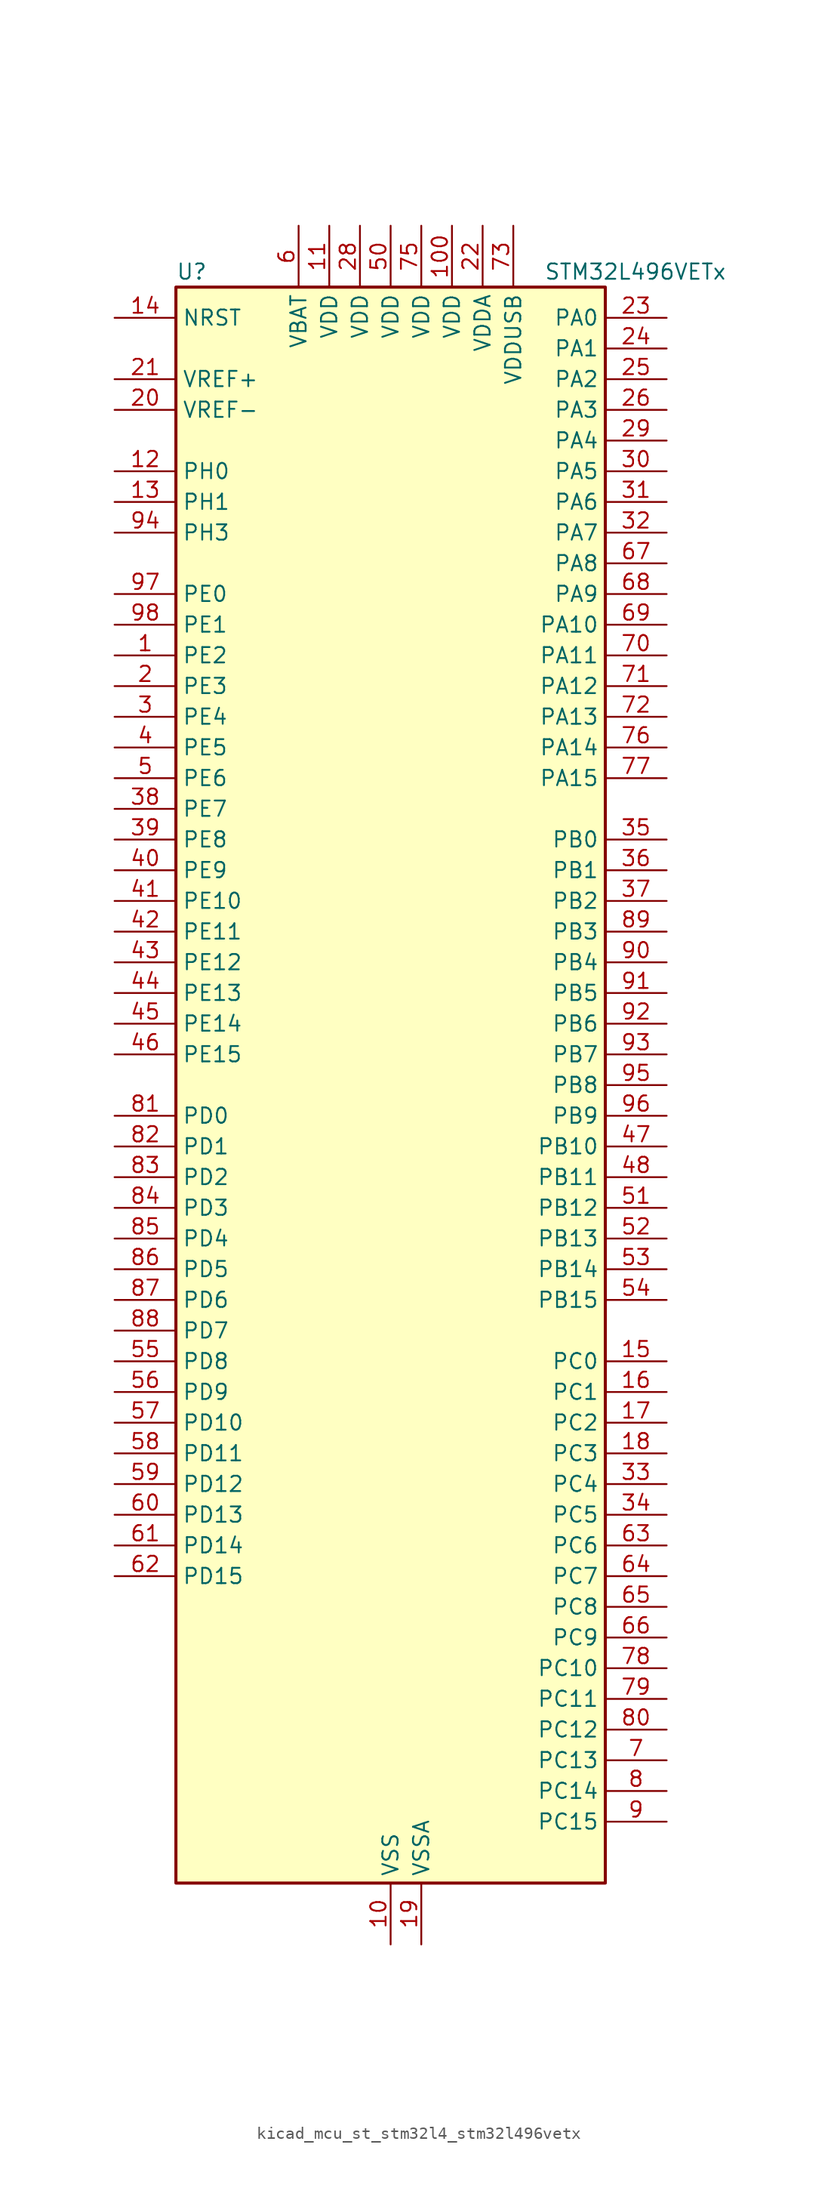
<source format=kicad_sym>
(kicad_symbol_lib
  (version 20220914)
  (generator kicad_symbol_editor)
  (symbol "kicad_mcu_st_stm32l4_stm32l496vetx"
    (property "Reference" "U"
      (at -17.78 67.31 0)
      (effects (font (size 1.27 1.27)) (justify left)))
    (property "Value" "STM32L496VETx"
      (at 12.7 67.31 0)
      (effects (font (size 1.27 1.27)) (justify left)))
    (property "ki_locked" ""
      (at 0 0 0)
      (effects (font (size 1.27 1.27))))
    (symbol "kicad_mcu_st_stm32l4_stm32l496vetx_0_1"
      (rectangle (start -17.78 -66.04) (end 17.78 66.04) (stroke (width 0.254) (type default)) (fill (type background))))
    (symbol "kicad_mcu_st_stm32l4_stm32l496vetx_1_1"
      (pin bidirectional line (at -22.86 35.56 0) (length 5.08) (name "PE2" (effects (font (size 1.27 1.27)))) (number "1" (effects (font (size 1.27 1.27)))) (alternate "FMC_A23" bidirectional line) (alternate "LCD_SEG38" bidirectional line) (alternate "SAI1_MCLK_A" bidirectional line) (alternate "SYS_TRACECLK" bidirectional line) (alternate "TIM3_ETR" bidirectional line) (alternate "TSC_G7_IO1" bidirectional line))
      (pin power_in line (at 0 -71.12 90) (length 5.08) (name "VSS" (effects (font (size 1.27 1.27)))) (number "10" (effects (font (size 1.27 1.27)))))
      (pin power_in line (at 5.08 71.12 270) (length 5.08) (name "VDD" (effects (font (size 1.27 1.27)))) (number "100" (effects (font (size 1.27 1.27)))))
      (pin power_in line (at -5.08 71.12 270) (length 5.08) (name "VDD" (effects (font (size 1.27 1.27)))) (number "11" (effects (font (size 1.27 1.27)))))
      (pin bidirectional line (at -22.86 50.8 0) (length 5.08) (name "PH0" (effects (font (size 1.27 1.27)))) (number "12" (effects (font (size 1.27 1.27)))) (alternate "RCC_OSC_IN" bidirectional line))
      (pin bidirectional line (at -22.86 48.26 0) (length 5.08) (name "PH1" (effects (font (size 1.27 1.27)))) (number "13" (effects (font (size 1.27 1.27)))) (alternate "RCC_OSC_OUT" bidirectional line))
      (pin input line (at -22.86 63.5 0) (length 5.08) (name "NRST" (effects (font (size 1.27 1.27)))) (number "14" (effects (font (size 1.27 1.27)))))
      (pin bidirectional line (at 22.86 -22.86 180) (length 5.08) (name "PC0" (effects (font (size 1.27 1.27)))) (number "15" (effects (font (size 1.27 1.27)))) (alternate "ADC1_IN1" bidirectional line) (alternate "ADC2_IN1" bidirectional line) (alternate "ADC3_IN1" bidirectional line) (alternate "DFSDM1_DATIN4" bidirectional line) (alternate "I2C3_SCL" bidirectional line) (alternate "I2C4_SCL" bidirectional line) (alternate "LCD_SEG18" bidirectional line) (alternate "LPTIM1_IN1" bidirectional line) (alternate "LPTIM2_IN1" bidirectional line) (alternate "LPUART1_RX" bidirectional line))
      (pin bidirectional line (at 22.86 -25.4 180) (length 5.08) (name "PC1" (effects (font (size 1.27 1.27)))) (number "16" (effects (font (size 1.27 1.27)))) (alternate "ADC1_IN2" bidirectional line) (alternate "ADC2_IN2" bidirectional line) (alternate "ADC3_IN2" bidirectional line) (alternate "DFSDM1_CKIN4" bidirectional line) (alternate "I2C3_SDA" bidirectional line) (alternate "I2C4_SDA" bidirectional line) (alternate "LCD_SEG19" bidirectional line) (alternate "LPTIM1_OUT" bidirectional line) (alternate "LPUART1_TX" bidirectional line) (alternate "QUADSPI_BK2_IO0" bidirectional line) (alternate "SAI1_SD_A" bidirectional line) (alternate "SPI2_MOSI" bidirectional line) (alternate "SYS_TRACED0" bidirectional line))
      (pin bidirectional line (at 22.86 -27.94 180) (length 5.08) (name "PC2" (effects (font (size 1.27 1.27)))) (number "17" (effects (font (size 1.27 1.27)))) (alternate "ADC1_IN3" bidirectional line) (alternate "ADC2_IN3" bidirectional line) (alternate "ADC3_IN3" bidirectional line) (alternate "DFSDM1_CKOUT" bidirectional line) (alternate "LCD_SEG20" bidirectional line) (alternate "LPTIM1_IN2" bidirectional line) (alternate "QUADSPI_BK2_IO1" bidirectional line) (alternate "SPI2_MISO" bidirectional line))
      (pin bidirectional line (at 22.86 -30.48 180) (length 5.08) (name "PC3" (effects (font (size 1.27 1.27)))) (number "18" (effects (font (size 1.27 1.27)))) (alternate "ADC1_IN4" bidirectional line) (alternate "ADC2_IN4" bidirectional line) (alternate "ADC3_IN4" bidirectional line) (alternate "LCD_VLCD" bidirectional line) (alternate "LPTIM1_ETR" bidirectional line) (alternate "LPTIM2_ETR" bidirectional line) (alternate "QUADSPI_BK2_IO2" bidirectional line) (alternate "SAI1_SD_A" bidirectional line) (alternate "SPI2_MOSI" bidirectional line))
      (pin power_in line (at 2.54 -71.12 90) (length 5.08) (name "VSSA" (effects (font (size 1.27 1.27)))) (number "19" (effects (font (size 1.27 1.27)))))
      (pin bidirectional line (at -22.86 33.02 0) (length 5.08) (name "PE3" (effects (font (size 1.27 1.27)))) (number "2" (effects (font (size 1.27 1.27)))) (alternate "FMC_A19" bidirectional line) (alternate "LCD_SEG39" bidirectional line) (alternate "SAI1_SD_B" bidirectional line) (alternate "SYS_TRACED0" bidirectional line) (alternate "TIM3_CH1" bidirectional line) (alternate "TSC_G7_IO2" bidirectional line))
      (pin input line (at -22.86 55.88 0) (length 5.08) (name "VREF-" (effects (font (size 1.27 1.27)))) (number "20" (effects (font (size 1.27 1.27)))))
      (pin input line (at -22.86 58.42 0) (length 5.08) (name "VREF+" (effects (font (size 1.27 1.27)))) (number "21" (effects (font (size 1.27 1.27)))) (alternate "VREFBUF_OUT" bidirectional line))
      (pin power_in line (at 7.62 71.12 270) (length 5.08) (name "VDDA" (effects (font (size 1.27 1.27)))) (number "22" (effects (font (size 1.27 1.27)))))
      (pin bidirectional line (at 22.86 63.5 180) (length 5.08) (name "PA0" (effects (font (size 1.27 1.27)))) (number "23" (effects (font (size 1.27 1.27)))) (alternate "ADC1_IN5" bidirectional line) (alternate "ADC2_IN5" bidirectional line) (alternate "OPAMP1_VINP" bidirectional line) (alternate "RTC_TAMP2" bidirectional line) (alternate "SAI1_EXTCLK" bidirectional line) (alternate "SYS_WKUP1" bidirectional line) (alternate "TIM2_CH1" bidirectional line) (alternate "TIM2_ETR" bidirectional line) (alternate "TIM5_CH1" bidirectional line) (alternate "TIM8_ETR" bidirectional line) (alternate "UART4_TX" bidirectional line) (alternate "USART2_CTS" bidirectional line))
      (pin bidirectional line (at 22.86 60.96 180) (length 5.08) (name "PA1" (effects (font (size 1.27 1.27)))) (number "24" (effects (font (size 1.27 1.27)))) (alternate "ADC1_IN6" bidirectional line) (alternate "ADC2_IN6" bidirectional line) (alternate "I2C1_SMBA" bidirectional line) (alternate "LCD_SEG0" bidirectional line) (alternate "OPAMP1_VINM" bidirectional line) (alternate "SPI1_SCK" bidirectional line) (alternate "TIM15_CH1N" bidirectional line) (alternate "TIM2_CH2" bidirectional line) (alternate "TIM5_CH2" bidirectional line) (alternate "UART4_RX" bidirectional line) (alternate "USART2_DE" bidirectional line) (alternate "USART2_RTS" bidirectional line))
      (pin bidirectional line (at 22.86 58.42 180) (length 5.08) (name "PA2" (effects (font (size 1.27 1.27)))) (number "25" (effects (font (size 1.27 1.27)))) (alternate "ADC1_IN7" bidirectional line) (alternate "ADC2_IN7" bidirectional line) (alternate "LCD_SEG1" bidirectional line) (alternate "LPUART1_TX" bidirectional line) (alternate "QUADSPI_BK1_NCS" bidirectional line) (alternate "RCC_LSCO" bidirectional line) (alternate "SAI2_EXTCLK" bidirectional line) (alternate "SYS_WKUP4" bidirectional line) (alternate "TIM15_CH1" bidirectional line) (alternate "TIM2_CH3" bidirectional line) (alternate "TIM5_CH3" bidirectional line) (alternate "USART2_TX" bidirectional line))
      (pin bidirectional line (at 22.86 55.88 180) (length 5.08) (name "PA3" (effects (font (size 1.27 1.27)))) (number "26" (effects (font (size 1.27 1.27)))) (alternate "ADC1_IN8" bidirectional line) (alternate "ADC2_IN8" bidirectional line) (alternate "LCD_SEG2" bidirectional line) (alternate "LPUART1_RX" bidirectional line) (alternate "OPAMP1_VOUT" bidirectional line) (alternate "QUADSPI_CLK" bidirectional line) (alternate "SAI1_MCLK_A" bidirectional line) (alternate "TIM15_CH2" bidirectional line) (alternate "TIM2_CH4" bidirectional line) (alternate "TIM5_CH4" bidirectional line) (alternate "USART2_RX" bidirectional line))
      (pin passive line (at 0 -71.12 90) (length 5.08) hide (name "VSS" (effects (font (size 1.27 1.27)))) (number "27" (effects (font (size 1.27 1.27)))))
      (pin power_in line (at -2.54 71.12 270) (length 5.08) (name "VDD" (effects (font (size 1.27 1.27)))) (number "28" (effects (font (size 1.27 1.27)))))
      (pin bidirectional line (at 22.86 53.34 180) (length 5.08) (name "PA4" (effects (font (size 1.27 1.27)))) (number "29" (effects (font (size 1.27 1.27)))) (alternate "ADC1_IN9" bidirectional line) (alternate "ADC2_IN9" bidirectional line) (alternate "DAC1_OUT1" bidirectional line) (alternate "DCMI_HSYNC" bidirectional line) (alternate "LPTIM2_OUT" bidirectional line) (alternate "SAI1_FS_B" bidirectional line) (alternate "SPI1_NSS" bidirectional line) (alternate "SPI3_NSS" bidirectional line) (alternate "USART2_CK" bidirectional line))
      (pin bidirectional line (at -22.86 30.48 0) (length 5.08) (name "PE4" (effects (font (size 1.27 1.27)))) (number "3" (effects (font (size 1.27 1.27)))) (alternate "DCMI_D4" bidirectional line) (alternate "DFSDM1_DATIN3" bidirectional line) (alternate "FMC_A20" bidirectional line) (alternate "SAI1_FS_A" bidirectional line) (alternate "SYS_TRACED1" bidirectional line) (alternate "TIM3_CH2" bidirectional line) (alternate "TSC_G7_IO3" bidirectional line))
      (pin bidirectional line (at 22.86 50.8 180) (length 5.08) (name "PA5" (effects (font (size 1.27 1.27)))) (number "30" (effects (font (size 1.27 1.27)))) (alternate "ADC1_IN10" bidirectional line) (alternate "ADC2_IN10" bidirectional line) (alternate "DAC1_OUT2" bidirectional line) (alternate "LPTIM2_ETR" bidirectional line) (alternate "SPI1_SCK" bidirectional line) (alternate "TIM2_CH1" bidirectional line) (alternate "TIM2_ETR" bidirectional line) (alternate "TIM8_CH1N" bidirectional line))
      (pin bidirectional line (at 22.86 48.26 180) (length 5.08) (name "PA6" (effects (font (size 1.27 1.27)))) (number "31" (effects (font (size 1.27 1.27)))) (alternate "ADC1_IN11" bidirectional line) (alternate "ADC2_IN11" bidirectional line) (alternate "DCMI_PIXCLK" bidirectional line) (alternate "LCD_SEG3" bidirectional line) (alternate "LPUART1_CTS" bidirectional line) (alternate "OPAMP2_VINP" bidirectional line) (alternate "QUADSPI_BK1_IO3" bidirectional line) (alternate "SPI1_MISO" bidirectional line) (alternate "TIM16_CH1" bidirectional line) (alternate "TIM1_BKIN" bidirectional line) (alternate "TIM1_BKIN_COMP2" bidirectional line) (alternate "TIM3_CH1" bidirectional line) (alternate "TIM8_BKIN" bidirectional line) (alternate "TIM8_BKIN_COMP2" bidirectional line) (alternate "USART3_CTS" bidirectional line))
      (pin bidirectional line (at 22.86 45.72 180) (length 5.08) (name "PA7" (effects (font (size 1.27 1.27)))) (number "32" (effects (font (size 1.27 1.27)))) (alternate "ADC1_IN12" bidirectional line) (alternate "ADC2_IN12" bidirectional line) (alternate "I2C3_SCL" bidirectional line) (alternate "LCD_SEG4" bidirectional line) (alternate "OPAMP2_VINM" bidirectional line) (alternate "QUADSPI_BK1_IO2" bidirectional line) (alternate "SPI1_MOSI" bidirectional line) (alternate "TIM17_CH1" bidirectional line) (alternate "TIM1_CH1N" bidirectional line) (alternate "TIM3_CH2" bidirectional line) (alternate "TIM8_CH1N" bidirectional line))
      (pin bidirectional line (at 22.86 -33.02 180) (length 5.08) (name "PC4" (effects (font (size 1.27 1.27)))) (number "33" (effects (font (size 1.27 1.27)))) (alternate "ADC1_IN13" bidirectional line) (alternate "ADC2_IN13" bidirectional line) (alternate "COMP1_INM" bidirectional line) (alternate "LCD_SEG22" bidirectional line) (alternate "QUADSPI_BK2_IO3" bidirectional line) (alternate "USART3_TX" bidirectional line))
      (pin bidirectional line (at 22.86 -35.56 180) (length 5.08) (name "PC5" (effects (font (size 1.27 1.27)))) (number "34" (effects (font (size 1.27 1.27)))) (alternate "ADC1_IN14" bidirectional line) (alternate "ADC2_IN14" bidirectional line) (alternate "COMP1_INP" bidirectional line) (alternate "LCD_SEG23" bidirectional line) (alternate "SYS_WKUP5" bidirectional line) (alternate "USART3_RX" bidirectional line))
      (pin bidirectional line (at 22.86 20.32 180) (length 5.08) (name "PB0" (effects (font (size 1.27 1.27)))) (number "35" (effects (font (size 1.27 1.27)))) (alternate "ADC1_IN15" bidirectional line) (alternate "ADC2_IN15" bidirectional line) (alternate "COMP1_OUT" bidirectional line) (alternate "LCD_SEG5" bidirectional line) (alternate "OPAMP2_VOUT" bidirectional line) (alternate "QUADSPI_BK1_IO1" bidirectional line) (alternate "SAI1_EXTCLK" bidirectional line) (alternate "SPI1_NSS" bidirectional line) (alternate "TIM1_CH2N" bidirectional line) (alternate "TIM3_CH3" bidirectional line) (alternate "TIM8_CH2N" bidirectional line) (alternate "USART3_CK" bidirectional line))
      (pin bidirectional line (at 22.86 17.78 180) (length 5.08) (name "PB1" (effects (font (size 1.27 1.27)))) (number "36" (effects (font (size 1.27 1.27)))) (alternate "ADC1_IN16" bidirectional line) (alternate "ADC2_IN16" bidirectional line) (alternate "COMP1_INM" bidirectional line) (alternate "DFSDM1_DATIN0" bidirectional line) (alternate "LCD_SEG6" bidirectional line) (alternate "LPTIM2_IN1" bidirectional line) (alternate "LPUART1_DE" bidirectional line) (alternate "LPUART1_RTS" bidirectional line) (alternate "QUADSPI_BK1_IO0" bidirectional line) (alternate "TIM1_CH3N" bidirectional line) (alternate "TIM3_CH4" bidirectional line) (alternate "TIM8_CH3N" bidirectional line) (alternate "USART3_DE" bidirectional line) (alternate "USART3_RTS" bidirectional line))
      (pin bidirectional line (at 22.86 15.24 180) (length 5.08) (name "PB2" (effects (font (size 1.27 1.27)))) (number "37" (effects (font (size 1.27 1.27)))) (alternate "COMP1_INP" bidirectional line) (alternate "DFSDM1_CKIN0" bidirectional line) (alternate "I2C3_SMBA" bidirectional line) (alternate "LCD_VLCD" bidirectional line) (alternate "LPTIM1_OUT" bidirectional line) (alternate "RTC_OUT_ALARM" bidirectional line) (alternate "RTC_OUT_CALIB" bidirectional line))
      (pin bidirectional line (at -22.86 22.86 0) (length 5.08) (name "PE7" (effects (font (size 1.27 1.27)))) (number "38" (effects (font (size 1.27 1.27)))) (alternate "DFSDM1_DATIN2" bidirectional line) (alternate "FMC_D4" bidirectional line) (alternate "FMC_DA4" bidirectional line) (alternate "SAI1_SD_B" bidirectional line) (alternate "TIM1_ETR" bidirectional line))
      (pin bidirectional line (at -22.86 20.32 0) (length 5.08) (name "PE8" (effects (font (size 1.27 1.27)))) (number "39" (effects (font (size 1.27 1.27)))) (alternate "DFSDM1_CKIN2" bidirectional line) (alternate "FMC_D5" bidirectional line) (alternate "FMC_DA5" bidirectional line) (alternate "SAI1_SCK_B" bidirectional line) (alternate "TIM1_CH1N" bidirectional line))
      (pin bidirectional line (at -22.86 27.94 0) (length 5.08) (name "PE5" (effects (font (size 1.27 1.27)))) (number "4" (effects (font (size 1.27 1.27)))) (alternate "DCMI_D6" bidirectional line) (alternate "DFSDM1_CKIN3" bidirectional line) (alternate "FMC_A21" bidirectional line) (alternate "SAI1_SCK_A" bidirectional line) (alternate "SYS_TRACED2" bidirectional line) (alternate "TIM3_CH3" bidirectional line) (alternate "TSC_G7_IO4" bidirectional line))
      (pin bidirectional line (at -22.86 17.78 0) (length 5.08) (name "PE9" (effects (font (size 1.27 1.27)))) (number "40" (effects (font (size 1.27 1.27)))) (alternate "DAC1_EXTI9" bidirectional line) (alternate "DFSDM1_CKOUT" bidirectional line) (alternate "FMC_D6" bidirectional line) (alternate "FMC_DA6" bidirectional line) (alternate "SAI1_FS_B" bidirectional line) (alternate "TIM1_CH1" bidirectional line))
      (pin bidirectional line (at -22.86 15.24 0) (length 5.08) (name "PE10" (effects (font (size 1.27 1.27)))) (number "41" (effects (font (size 1.27 1.27)))) (alternate "DFSDM1_DATIN4" bidirectional line) (alternate "FMC_D7" bidirectional line) (alternate "FMC_DA7" bidirectional line) (alternate "QUADSPI_CLK" bidirectional line) (alternate "SAI1_MCLK_B" bidirectional line) (alternate "TIM1_CH2N" bidirectional line) (alternate "TSC_G5_IO1" bidirectional line))
      (pin bidirectional line (at -22.86 12.7 0) (length 5.08) (name "PE11" (effects (font (size 1.27 1.27)))) (number "42" (effects (font (size 1.27 1.27)))) (alternate "ADC1_EXTI11" bidirectional line) (alternate "ADC2_EXTI11" bidirectional line) (alternate "ADC3_EXTI11" bidirectional line) (alternate "DFSDM1_CKIN4" bidirectional line) (alternate "FMC_D8" bidirectional line) (alternate "FMC_DA8" bidirectional line) (alternate "QUADSPI_BK1_NCS" bidirectional line) (alternate "TIM1_CH2" bidirectional line) (alternate "TSC_G5_IO2" bidirectional line))
      (pin bidirectional line (at -22.86 10.16 0) (length 5.08) (name "PE12" (effects (font (size 1.27 1.27)))) (number "43" (effects (font (size 1.27 1.27)))) (alternate "DFSDM1_DATIN5" bidirectional line) (alternate "FMC_D9" bidirectional line) (alternate "FMC_DA9" bidirectional line) (alternate "QUADSPI_BK1_IO0" bidirectional line) (alternate "SPI1_NSS" bidirectional line) (alternate "TIM1_CH3N" bidirectional line) (alternate "TSC_G5_IO3" bidirectional line))
      (pin bidirectional line (at -22.86 7.62 0) (length 5.08) (name "PE13" (effects (font (size 1.27 1.27)))) (number "44" (effects (font (size 1.27 1.27)))) (alternate "DFSDM1_CKIN5" bidirectional line) (alternate "FMC_D10" bidirectional line) (alternate "FMC_DA10" bidirectional line) (alternate "QUADSPI_BK1_IO1" bidirectional line) (alternate "SPI1_SCK" bidirectional line) (alternate "TIM1_CH3" bidirectional line) (alternate "TSC_G5_IO4" bidirectional line))
      (pin bidirectional line (at -22.86 5.08 0) (length 5.08) (name "PE14" (effects (font (size 1.27 1.27)))) (number "45" (effects (font (size 1.27 1.27)))) (alternate "FMC_D11" bidirectional line) (alternate "FMC_DA11" bidirectional line) (alternate "QUADSPI_BK1_IO2" bidirectional line) (alternate "SPI1_MISO" bidirectional line) (alternate "TIM1_BKIN2" bidirectional line) (alternate "TIM1_BKIN2_COMP2" bidirectional line) (alternate "TIM1_CH4" bidirectional line))
      (pin bidirectional line (at -22.86 2.54 0) (length 5.08) (name "PE15" (effects (font (size 1.27 1.27)))) (number "46" (effects (font (size 1.27 1.27)))) (alternate "ADC1_EXTI15" bidirectional line) (alternate "ADC2_EXTI15" bidirectional line) (alternate "ADC3_EXTI15" bidirectional line) (alternate "FMC_D12" bidirectional line) (alternate "FMC_DA12" bidirectional line) (alternate "QUADSPI_BK1_IO3" bidirectional line) (alternate "SPI1_MOSI" bidirectional line) (alternate "TIM1_BKIN" bidirectional line) (alternate "TIM1_BKIN_COMP1" bidirectional line))
      (pin bidirectional line (at 22.86 -5.08 180) (length 5.08) (name "PB10" (effects (font (size 1.27 1.27)))) (number "47" (effects (font (size 1.27 1.27)))) (alternate "COMP1_OUT" bidirectional line) (alternate "DFSDM1_DATIN7" bidirectional line) (alternate "I2C2_SCL" bidirectional line) (alternate "I2C4_SCL" bidirectional line) (alternate "LCD_SEG10" bidirectional line) (alternate "LPUART1_RX" bidirectional line) (alternate "QUADSPI_CLK" bidirectional line) (alternate "SAI1_SCK_A" bidirectional line) (alternate "SPI2_SCK" bidirectional line) (alternate "TIM2_CH3" bidirectional line) (alternate "TSC_SYNC" bidirectional line) (alternate "USART3_TX" bidirectional line))
      (pin bidirectional line (at 22.86 -7.62 180) (length 5.08) (name "PB11" (effects (font (size 1.27 1.27)))) (number "48" (effects (font (size 1.27 1.27)))) (alternate "ADC1_EXTI11" bidirectional line) (alternate "ADC2_EXTI11" bidirectional line) (alternate "ADC3_EXTI11" bidirectional line) (alternate "COMP2_OUT" bidirectional line) (alternate "DFSDM1_CKIN7" bidirectional line) (alternate "I2C2_SDA" bidirectional line) (alternate "I2C4_SDA" bidirectional line) (alternate "LCD_SEG11" bidirectional line) (alternate "LPUART1_TX" bidirectional line) (alternate "QUADSPI_BK1_NCS" bidirectional line) (alternate "TIM2_CH4" bidirectional line) (alternate "USART3_RX" bidirectional line))
      (pin passive line (at 0 -71.12 90) (length 5.08) hide (name "VSS" (effects (font (size 1.27 1.27)))) (number "49" (effects (font (size 1.27 1.27)))))
      (pin bidirectional line (at -22.86 25.4 0) (length 5.08) (name "PE6" (effects (font (size 1.27 1.27)))) (number "5" (effects (font (size 1.27 1.27)))) (alternate "DCMI_D7" bidirectional line) (alternate "FMC_A22" bidirectional line) (alternate "RTC_TAMP3" bidirectional line) (alternate "SAI1_SD_A" bidirectional line) (alternate "SYS_TRACED3" bidirectional line) (alternate "SYS_WKUP3" bidirectional line) (alternate "TIM3_CH4" bidirectional line))
      (pin power_in line (at 0 71.12 270) (length 5.08) (name "VDD" (effects (font (size 1.27 1.27)))) (number "50" (effects (font (size 1.27 1.27)))))
      (pin bidirectional line (at 22.86 -10.16 180) (length 5.08) (name "PB12" (effects (font (size 1.27 1.27)))) (number "51" (effects (font (size 1.27 1.27)))) (alternate "CAN2_RX" bidirectional line) (alternate "DFSDM1_DATIN1" bidirectional line) (alternate "I2C2_SMBA" bidirectional line) (alternate "LCD_SEG12" bidirectional line) (alternate "LPUART1_DE" bidirectional line) (alternate "LPUART1_RTS" bidirectional line) (alternate "SAI2_FS_A" bidirectional line) (alternate "SPI2_NSS" bidirectional line) (alternate "SWPMI1_IO" bidirectional line) (alternate "TIM15_BKIN" bidirectional line) (alternate "TIM1_BKIN" bidirectional line) (alternate "TIM1_BKIN_COMP2" bidirectional line) (alternate "TSC_G1_IO1" bidirectional line) (alternate "USART3_CK" bidirectional line))
      (pin bidirectional line (at 22.86 -12.7 180) (length 5.08) (name "PB13" (effects (font (size 1.27 1.27)))) (number "52" (effects (font (size 1.27 1.27)))) (alternate "CAN2_TX" bidirectional line) (alternate "DFSDM1_CKIN1" bidirectional line) (alternate "I2C2_SCL" bidirectional line) (alternate "LCD_SEG13" bidirectional line) (alternate "LPUART1_CTS" bidirectional line) (alternate "SAI2_SCK_A" bidirectional line) (alternate "SPI2_SCK" bidirectional line) (alternate "SWPMI1_TX" bidirectional line) (alternate "TIM15_CH1N" bidirectional line) (alternate "TIM1_CH1N" bidirectional line) (alternate "TSC_G1_IO2" bidirectional line) (alternate "USART3_CTS" bidirectional line))
      (pin bidirectional line (at 22.86 -15.24 180) (length 5.08) (name "PB14" (effects (font (size 1.27 1.27)))) (number "53" (effects (font (size 1.27 1.27)))) (alternate "DFSDM1_DATIN2" bidirectional line) (alternate "I2C2_SDA" bidirectional line) (alternate "LCD_SEG14" bidirectional line) (alternate "SAI2_MCLK_A" bidirectional line) (alternate "SPI2_MISO" bidirectional line) (alternate "SWPMI1_RX" bidirectional line) (alternate "TIM15_CH1" bidirectional line) (alternate "TIM1_CH2N" bidirectional line) (alternate "TIM8_CH2N" bidirectional line) (alternate "TSC_G1_IO3" bidirectional line) (alternate "USART3_DE" bidirectional line) (alternate "USART3_RTS" bidirectional line))
      (pin bidirectional line (at 22.86 -17.78 180) (length 5.08) (name "PB15" (effects (font (size 1.27 1.27)))) (number "54" (effects (font (size 1.27 1.27)))) (alternate "ADC1_EXTI15" bidirectional line) (alternate "ADC2_EXTI15" bidirectional line) (alternate "ADC3_EXTI15" bidirectional line) (alternate "DFSDM1_CKIN2" bidirectional line) (alternate "LCD_SEG15" bidirectional line) (alternate "RTC_REFIN" bidirectional line) (alternate "SAI2_SD_A" bidirectional line) (alternate "SPI2_MOSI" bidirectional line) (alternate "SWPMI1_SUSPEND" bidirectional line) (alternate "TIM15_CH2" bidirectional line) (alternate "TIM1_CH3N" bidirectional line) (alternate "TIM8_CH3N" bidirectional line) (alternate "TSC_G1_IO4" bidirectional line))
      (pin bidirectional line (at -22.86 -22.86 0) (length 5.08) (name "PD8" (effects (font (size 1.27 1.27)))) (number "55" (effects (font (size 1.27 1.27)))) (alternate "DCMI_HSYNC" bidirectional line) (alternate "FMC_D13" bidirectional line) (alternate "FMC_DA13" bidirectional line) (alternate "LCD_SEG28" bidirectional line) (alternate "USART3_TX" bidirectional line))
      (pin bidirectional line (at -22.86 -25.4 0) (length 5.08) (name "PD9" (effects (font (size 1.27 1.27)))) (number "56" (effects (font (size 1.27 1.27)))) (alternate "DAC1_EXTI9" bidirectional line) (alternate "DCMI_PIXCLK" bidirectional line) (alternate "FMC_D14" bidirectional line) (alternate "FMC_DA14" bidirectional line) (alternate "LCD_SEG29" bidirectional line) (alternate "SAI2_MCLK_A" bidirectional line) (alternate "USART3_RX" bidirectional line))
      (pin bidirectional line (at -22.86 -27.94 0) (length 5.08) (name "PD10" (effects (font (size 1.27 1.27)))) (number "57" (effects (font (size 1.27 1.27)))) (alternate "FMC_D15" bidirectional line) (alternate "FMC_DA15" bidirectional line) (alternate "LCD_SEG30" bidirectional line) (alternate "SAI2_SCK_A" bidirectional line) (alternate "TSC_G6_IO1" bidirectional line) (alternate "USART3_CK" bidirectional line))
      (pin bidirectional line (at -22.86 -30.48 0) (length 5.08) (name "PD11" (effects (font (size 1.27 1.27)))) (number "58" (effects (font (size 1.27 1.27)))) (alternate "ADC1_EXTI11" bidirectional line) (alternate "ADC2_EXTI11" bidirectional line) (alternate "ADC3_EXTI11" bidirectional line) (alternate "FMC_A16" bidirectional line) (alternate "FMC_CLE" bidirectional line) (alternate "I2C4_SMBA" bidirectional line) (alternate "LCD_SEG31" bidirectional line) (alternate "LPTIM2_ETR" bidirectional line) (alternate "SAI2_SD_A" bidirectional line) (alternate "TSC_G6_IO2" bidirectional line) (alternate "USART3_CTS" bidirectional line))
      (pin bidirectional line (at -22.86 -33.02 0) (length 5.08) (name "PD12" (effects (font (size 1.27 1.27)))) (number "59" (effects (font (size 1.27 1.27)))) (alternate "FMC_A17" bidirectional line) (alternate "FMC_ALE" bidirectional line) (alternate "I2C4_SCL" bidirectional line) (alternate "LCD_SEG32" bidirectional line) (alternate "LPTIM2_IN1" bidirectional line) (alternate "SAI2_FS_A" bidirectional line) (alternate "TIM4_CH1" bidirectional line) (alternate "TSC_G6_IO3" bidirectional line) (alternate "USART3_DE" bidirectional line) (alternate "USART3_RTS" bidirectional line))
      (pin power_in line (at -7.62 71.12 270) (length 5.08) (name "VBAT" (effects (font (size 1.27 1.27)))) (number "6" (effects (font (size 1.27 1.27)))))
      (pin bidirectional line (at -22.86 -35.56 0) (length 5.08) (name "PD13" (effects (font (size 1.27 1.27)))) (number "60" (effects (font (size 1.27 1.27)))) (alternate "FMC_A18" bidirectional line) (alternate "I2C4_SDA" bidirectional line) (alternate "LCD_SEG33" bidirectional line) (alternate "LPTIM2_OUT" bidirectional line) (alternate "TIM4_CH2" bidirectional line) (alternate "TSC_G6_IO4" bidirectional line))
      (pin bidirectional line (at -22.86 -38.1 0) (length 5.08) (name "PD14" (effects (font (size 1.27 1.27)))) (number "61" (effects (font (size 1.27 1.27)))) (alternate "FMC_D0" bidirectional line) (alternate "FMC_DA0" bidirectional line) (alternate "LCD_SEG34" bidirectional line) (alternate "TIM4_CH3" bidirectional line))
      (pin bidirectional line (at -22.86 -40.64 0) (length 5.08) (name "PD15" (effects (font (size 1.27 1.27)))) (number "62" (effects (font (size 1.27 1.27)))) (alternate "ADC1_EXTI15" bidirectional line) (alternate "ADC2_EXTI15" bidirectional line) (alternate "ADC3_EXTI15" bidirectional line) (alternate "FMC_D1" bidirectional line) (alternate "FMC_DA1" bidirectional line) (alternate "LCD_SEG35" bidirectional line) (alternate "TIM4_CH4" bidirectional line))
      (pin bidirectional line (at 22.86 -38.1 180) (length 5.08) (name "PC6" (effects (font (size 1.27 1.27)))) (number "63" (effects (font (size 1.27 1.27)))) (alternate "DCMI_D0" bidirectional line) (alternate "DFSDM1_CKIN3" bidirectional line) (alternate "LCD_SEG24" bidirectional line) (alternate "SAI2_MCLK_A" bidirectional line) (alternate "SDMMC1_D6" bidirectional line) (alternate "TIM3_CH1" bidirectional line) (alternate "TIM8_CH1" bidirectional line) (alternate "TSC_G4_IO1" bidirectional line))
      (pin bidirectional line (at 22.86 -40.64 180) (length 5.08) (name "PC7" (effects (font (size 1.27 1.27)))) (number "64" (effects (font (size 1.27 1.27)))) (alternate "DCMI_D1" bidirectional line) (alternate "DFSDM1_DATIN3" bidirectional line) (alternate "LCD_SEG25" bidirectional line) (alternate "SAI2_MCLK_B" bidirectional line) (alternate "SDMMC1_D7" bidirectional line) (alternate "TIM3_CH2" bidirectional line) (alternate "TIM8_CH2" bidirectional line) (alternate "TSC_G4_IO2" bidirectional line))
      (pin bidirectional line (at 22.86 -43.18 180) (length 5.08) (name "PC8" (effects (font (size 1.27 1.27)))) (number "65" (effects (font (size 1.27 1.27)))) (alternate "DCMI_D2" bidirectional line) (alternate "LCD_SEG26" bidirectional line) (alternate "SDMMC1_D0" bidirectional line) (alternate "TIM3_CH3" bidirectional line) (alternate "TIM8_CH3" bidirectional line) (alternate "TSC_G4_IO3" bidirectional line))
      (pin bidirectional line (at 22.86 -45.72 180) (length 5.08) (name "PC9" (effects (font (size 1.27 1.27)))) (number "66" (effects (font (size 1.27 1.27)))) (alternate "DAC1_EXTI9" bidirectional line) (alternate "DCMI_D3" bidirectional line) (alternate "I2C3_SDA" bidirectional line) (alternate "LCD_SEG27" bidirectional line) (alternate "SAI2_EXTCLK" bidirectional line) (alternate "SDMMC1_D1" bidirectional line) (alternate "TIM3_CH4" bidirectional line) (alternate "TIM8_BKIN2" bidirectional line) (alternate "TIM8_BKIN2_COMP1" bidirectional line) (alternate "TIM8_CH4" bidirectional line) (alternate "TSC_G4_IO4" bidirectional line) (alternate "USB_OTG_FS_NOE" bidirectional line))
      (pin bidirectional line (at 22.86 43.18 180) (length 5.08) (name "PA8" (effects (font (size 1.27 1.27)))) (number "67" (effects (font (size 1.27 1.27)))) (alternate "LCD_COM0" bidirectional line) (alternate "LPTIM2_OUT" bidirectional line) (alternate "RCC_MCO" bidirectional line) (alternate "SAI1_SCK_A" bidirectional line) (alternate "SWPMI1_IO" bidirectional line) (alternate "TIM1_CH1" bidirectional line) (alternate "USART1_CK" bidirectional line) (alternate "USB_OTG_FS_SOF" bidirectional line))
      (pin bidirectional line (at 22.86 40.64 180) (length 5.08) (name "PA9" (effects (font (size 1.27 1.27)))) (number "68" (effects (font (size 1.27 1.27)))) (alternate "DAC1_EXTI9" bidirectional line) (alternate "DCMI_D0" bidirectional line) (alternate "LCD_COM1" bidirectional line) (alternate "SAI1_FS_A" bidirectional line) (alternate "SPI2_SCK" bidirectional line) (alternate "TIM15_BKIN" bidirectional line) (alternate "TIM1_CH2" bidirectional line) (alternate "USART1_TX" bidirectional line) (alternate "USB_OTG_FS_VBUS" bidirectional line))
      (pin bidirectional line (at 22.86 38.1 180) (length 5.08) (name "PA10" (effects (font (size 1.27 1.27)))) (number "69" (effects (font (size 1.27 1.27)))) (alternate "DCMI_D1" bidirectional line) (alternate "LCD_COM2" bidirectional line) (alternate "SAI1_SD_A" bidirectional line) (alternate "TIM17_BKIN" bidirectional line) (alternate "TIM1_CH3" bidirectional line) (alternate "USART1_RX" bidirectional line) (alternate "USB_OTG_FS_ID" bidirectional line))
      (pin bidirectional line (at 22.86 -55.88 180) (length 5.08) (name "PC13" (effects (font (size 1.27 1.27)))) (number "7" (effects (font (size 1.27 1.27)))) (alternate "RTC_OUT_ALARM" bidirectional line) (alternate "RTC_OUT_CALIB" bidirectional line) (alternate "RTC_TAMP1" bidirectional line) (alternate "RTC_TS" bidirectional line) (alternate "SYS_WKUP2" bidirectional line))
      (pin bidirectional line (at 22.86 35.56 180) (length 5.08) (name "PA11" (effects (font (size 1.27 1.27)))) (number "70" (effects (font (size 1.27 1.27)))) (alternate "ADC1_EXTI11" bidirectional line) (alternate "ADC2_EXTI11" bidirectional line) (alternate "ADC3_EXTI11" bidirectional line) (alternate "CAN1_RX" bidirectional line) (alternate "SPI1_MISO" bidirectional line) (alternate "TIM1_BKIN2" bidirectional line) (alternate "TIM1_BKIN2_COMP1" bidirectional line) (alternate "TIM1_CH4" bidirectional line) (alternate "USART1_CTS" bidirectional line) (alternate "USB_OTG_FS_DM" bidirectional line))
      (pin bidirectional line (at 22.86 33.02 180) (length 5.08) (name "PA12" (effects (font (size 1.27 1.27)))) (number "71" (effects (font (size 1.27 1.27)))) (alternate "CAN1_TX" bidirectional line) (alternate "SPI1_MOSI" bidirectional line) (alternate "TIM1_ETR" bidirectional line) (alternate "USART1_DE" bidirectional line) (alternate "USART1_RTS" bidirectional line) (alternate "USB_OTG_FS_DP" bidirectional line))
      (pin bidirectional line (at 22.86 30.48 180) (length 5.08) (name "PA13" (effects (font (size 1.27 1.27)))) (number "72" (effects (font (size 1.27 1.27)))) (alternate "IR_OUT" bidirectional line) (alternate "SAI1_SD_B" bidirectional line) (alternate "SWPMI1_TX" bidirectional line) (alternate "SYS_JTMS-SWDIO" bidirectional line) (alternate "USB_OTG_FS_NOE" bidirectional line))
      (pin power_in line (at 10.16 71.12 270) (length 5.08) (name "VDDUSB" (effects (font (size 1.27 1.27)))) (number "73" (effects (font (size 1.27 1.27)))))
      (pin passive line (at 0 -71.12 90) (length 5.08) hide (name "VSS" (effects (font (size 1.27 1.27)))) (number "74" (effects (font (size 1.27 1.27)))))
      (pin power_in line (at 2.54 71.12 270) (length 5.08) (name "VDD" (effects (font (size 1.27 1.27)))) (number "75" (effects (font (size 1.27 1.27)))))
      (pin bidirectional line (at 22.86 27.94 180) (length 5.08) (name "PA14" (effects (font (size 1.27 1.27)))) (number "76" (effects (font (size 1.27 1.27)))) (alternate "I2C1_SMBA" bidirectional line) (alternate "I2C4_SMBA" bidirectional line) (alternate "LPTIM1_OUT" bidirectional line) (alternate "SAI1_FS_B" bidirectional line) (alternate "SWPMI1_RX" bidirectional line) (alternate "SYS_JTCK-SWCLK" bidirectional line) (alternate "USB_OTG_FS_SOF" bidirectional line))
      (pin bidirectional line (at 22.86 25.4 180) (length 5.08) (name "PA15" (effects (font (size 1.27 1.27)))) (number "77" (effects (font (size 1.27 1.27)))) (alternate "ADC1_EXTI15" bidirectional line) (alternate "ADC2_EXTI15" bidirectional line) (alternate "ADC3_EXTI15" bidirectional line) (alternate "LCD_SEG17" bidirectional line) (alternate "SAI2_FS_B" bidirectional line) (alternate "SPI1_NSS" bidirectional line) (alternate "SPI3_NSS" bidirectional line) (alternate "SWPMI1_SUSPEND" bidirectional line) (alternate "SYS_JTDI" bidirectional line) (alternate "TIM2_CH1" bidirectional line) (alternate "TIM2_ETR" bidirectional line) (alternate "TSC_G3_IO1" bidirectional line) (alternate "UART4_DE" bidirectional line) (alternate "UART4_RTS" bidirectional line) (alternate "USART2_RX" bidirectional line) (alternate "USART3_DE" bidirectional line) (alternate "USART3_RTS" bidirectional line))
      (pin bidirectional line (at 22.86 -48.26 180) (length 5.08) (name "PC10" (effects (font (size 1.27 1.27)))) (number "78" (effects (font (size 1.27 1.27)))) (alternate "DCMI_D8" bidirectional line) (alternate "LCD_COM4" bidirectional line) (alternate "LCD_SEG28" bidirectional line) (alternate "LCD_SEG40" bidirectional line) (alternate "SAI2_SCK_B" bidirectional line) (alternate "SDMMC1_D2" bidirectional line) (alternate "SPI3_SCK" bidirectional line) (alternate "SYS_TRACED1" bidirectional line) (alternate "TSC_G3_IO2" bidirectional line) (alternate "UART4_TX" bidirectional line) (alternate "USART3_TX" bidirectional line))
      (pin bidirectional line (at 22.86 -50.8 180) (length 5.08) (name "PC11" (effects (font (size 1.27 1.27)))) (number "79" (effects (font (size 1.27 1.27)))) (alternate "ADC1_EXTI11" bidirectional line) (alternate "ADC2_EXTI11" bidirectional line) (alternate "ADC3_EXTI11" bidirectional line) (alternate "DCMI_D4" bidirectional line) (alternate "LCD_COM5" bidirectional line) (alternate "LCD_SEG29" bidirectional line) (alternate "LCD_SEG41" bidirectional line) (alternate "QUADSPI_BK2_NCS" bidirectional line) (alternate "SAI2_MCLK_B" bidirectional line) (alternate "SDMMC1_D3" bidirectional line) (alternate "SPI3_MISO" bidirectional line) (alternate "TSC_G3_IO3" bidirectional line) (alternate "UART4_RX" bidirectional line) (alternate "USART3_RX" bidirectional line))
      (pin bidirectional line (at 22.86 -58.42 180) (length 5.08) (name "PC14" (effects (font (size 1.27 1.27)))) (number "8" (effects (font (size 1.27 1.27)))) (alternate "RCC_OSC32_IN" bidirectional line))
      (pin bidirectional line (at 22.86 -53.34 180) (length 5.08) (name "PC12" (effects (font (size 1.27 1.27)))) (number "80" (effects (font (size 1.27 1.27)))) (alternate "DCMI_D9" bidirectional line) (alternate "LCD_COM6" bidirectional line) (alternate "LCD_SEG30" bidirectional line) (alternate "LCD_SEG42" bidirectional line) (alternate "SAI2_SD_B" bidirectional line) (alternate "SDMMC1_CK" bidirectional line) (alternate "SPI3_MOSI" bidirectional line) (alternate "SYS_TRACED3" bidirectional line) (alternate "TSC_G3_IO4" bidirectional line) (alternate "UART5_TX" bidirectional line) (alternate "USART3_CK" bidirectional line))
      (pin bidirectional line (at -22.86 -2.54 0) (length 5.08) (name "PD0" (effects (font (size 1.27 1.27)))) (number "81" (effects (font (size 1.27 1.27)))) (alternate "CAN1_RX" bidirectional line) (alternate "DFSDM1_DATIN7" bidirectional line) (alternate "FMC_D2" bidirectional line) (alternate "FMC_DA2" bidirectional line) (alternate "SPI2_NSS" bidirectional line))
      (pin bidirectional line (at -22.86 -5.08 0) (length 5.08) (name "PD1" (effects (font (size 1.27 1.27)))) (number "82" (effects (font (size 1.27 1.27)))) (alternate "CAN1_TX" bidirectional line) (alternate "DFSDM1_CKIN7" bidirectional line) (alternate "FMC_D3" bidirectional line) (alternate "FMC_DA3" bidirectional line) (alternate "SPI2_SCK" bidirectional line))
      (pin bidirectional line (at -22.86 -7.62 0) (length 5.08) (name "PD2" (effects (font (size 1.27 1.27)))) (number "83" (effects (font (size 1.27 1.27)))) (alternate "DCMI_D11" bidirectional line) (alternate "LCD_COM7" bidirectional line) (alternate "LCD_SEG31" bidirectional line) (alternate "LCD_SEG43" bidirectional line) (alternate "SDMMC1_CMD" bidirectional line) (alternate "SYS_TRACED2" bidirectional line) (alternate "TIM3_ETR" bidirectional line) (alternate "TSC_SYNC" bidirectional line) (alternate "UART5_RX" bidirectional line) (alternate "USART3_DE" bidirectional line) (alternate "USART3_RTS" bidirectional line))
      (pin bidirectional line (at -22.86 -10.16 0) (length 5.08) (name "PD3" (effects (font (size 1.27 1.27)))) (number "84" (effects (font (size 1.27 1.27)))) (alternate "DCMI_D5" bidirectional line) (alternate "DFSDM1_DATIN0" bidirectional line) (alternate "FMC_CLK" bidirectional line) (alternate "QUADSPI_BK2_NCS" bidirectional line) (alternate "SPI2_MISO" bidirectional line) (alternate "SPI2_SCK" bidirectional line) (alternate "USART2_CTS" bidirectional line))
      (pin bidirectional line (at -22.86 -12.7 0) (length 5.08) (name "PD4" (effects (font (size 1.27 1.27)))) (number "85" (effects (font (size 1.27 1.27)))) (alternate "DFSDM1_CKIN0" bidirectional line) (alternate "FMC_NOE" bidirectional line) (alternate "QUADSPI_BK2_IO0" bidirectional line) (alternate "SPI2_MOSI" bidirectional line) (alternate "USART2_DE" bidirectional line) (alternate "USART2_RTS" bidirectional line))
      (pin bidirectional line (at -22.86 -15.24 0) (length 5.08) (name "PD5" (effects (font (size 1.27 1.27)))) (number "86" (effects (font (size 1.27 1.27)))) (alternate "FMC_NWE" bidirectional line) (alternate "QUADSPI_BK2_IO1" bidirectional line) (alternate "USART2_TX" bidirectional line))
      (pin bidirectional line (at -22.86 -17.78 0) (length 5.08) (name "PD6" (effects (font (size 1.27 1.27)))) (number "87" (effects (font (size 1.27 1.27)))) (alternate "DCMI_D10" bidirectional line) (alternate "DFSDM1_DATIN1" bidirectional line) (alternate "FMC_NWAIT" bidirectional line) (alternate "QUADSPI_BK2_IO1" bidirectional line) (alternate "QUADSPI_BK2_IO2" bidirectional line) (alternate "SAI1_SD_A" bidirectional line) (alternate "USART2_RX" bidirectional line))
      (pin bidirectional line (at -22.86 -20.32 0) (length 5.08) (name "PD7" (effects (font (size 1.27 1.27)))) (number "88" (effects (font (size 1.27 1.27)))) (alternate "DFSDM1_CKIN1" bidirectional line) (alternate "FMC_NE1" bidirectional line) (alternate "QUADSPI_BK2_IO3" bidirectional line) (alternate "USART2_CK" bidirectional line))
      (pin bidirectional line (at 22.86 12.7 180) (length 5.08) (name "PB3" (effects (font (size 1.27 1.27)))) (number "89" (effects (font (size 1.27 1.27)))) (alternate "COMP2_INM" bidirectional line) (alternate "CRS_SYNC" bidirectional line) (alternate "LCD_SEG7" bidirectional line) (alternate "SAI1_SCK_B" bidirectional line) (alternate "SPI1_SCK" bidirectional line) (alternate "SPI3_SCK" bidirectional line) (alternate "SYS_JTDO-SWO" bidirectional line) (alternate "TIM2_CH2" bidirectional line) (alternate "USART1_DE" bidirectional line) (alternate "USART1_RTS" bidirectional line))
      (pin bidirectional line (at 22.86 -60.96 180) (length 5.08) (name "PC15" (effects (font (size 1.27 1.27)))) (number "9" (effects (font (size 1.27 1.27)))) (alternate "ADC1_EXTI15" bidirectional line) (alternate "ADC2_EXTI15" bidirectional line) (alternate "ADC3_EXTI15" bidirectional line) (alternate "RCC_OSC32_OUT" bidirectional line))
      (pin bidirectional line (at 22.86 10.16 180) (length 5.08) (name "PB4" (effects (font (size 1.27 1.27)))) (number "90" (effects (font (size 1.27 1.27)))) (alternate "COMP2_INP" bidirectional line) (alternate "DCMI_D12" bidirectional line) (alternate "I2C3_SDA" bidirectional line) (alternate "LCD_SEG8" bidirectional line) (alternate "SAI1_MCLK_B" bidirectional line) (alternate "SPI1_MISO" bidirectional line) (alternate "SPI3_MISO" bidirectional line) (alternate "SYS_JTRST" bidirectional line) (alternate "TIM17_BKIN" bidirectional line) (alternate "TIM3_CH1" bidirectional line) (alternate "TSC_G2_IO1" bidirectional line) (alternate "UART5_DE" bidirectional line) (alternate "UART5_RTS" bidirectional line) (alternate "USART1_CTS" bidirectional line))
      (pin bidirectional line (at 22.86 7.62 180) (length 5.08) (name "PB5" (effects (font (size 1.27 1.27)))) (number "91" (effects (font (size 1.27 1.27)))) (alternate "CAN2_RX" bidirectional line) (alternate "COMP2_OUT" bidirectional line) (alternate "DCMI_D10" bidirectional line) (alternate "I2C1_SMBA" bidirectional line) (alternate "LCD_SEG9" bidirectional line) (alternate "LPTIM1_IN1" bidirectional line) (alternate "SAI1_SD_B" bidirectional line) (alternate "SPI1_MOSI" bidirectional line) (alternate "SPI3_MOSI" bidirectional line) (alternate "TIM16_BKIN" bidirectional line) (alternate "TIM3_CH2" bidirectional line) (alternate "TSC_G2_IO2" bidirectional line) (alternate "UART5_CTS" bidirectional line) (alternate "USART1_CK" bidirectional line))
      (pin bidirectional line (at 22.86 5.08 180) (length 5.08) (name "PB6" (effects (font (size 1.27 1.27)))) (number "92" (effects (font (size 1.27 1.27)))) (alternate "CAN2_TX" bidirectional line) (alternate "COMP2_INP" bidirectional line) (alternate "DCMI_D5" bidirectional line) (alternate "DFSDM1_DATIN5" bidirectional line) (alternate "I2C1_SCL" bidirectional line) (alternate "I2C4_SCL" bidirectional line) (alternate "LPTIM1_ETR" bidirectional line) (alternate "SAI1_FS_B" bidirectional line) (alternate "TIM16_CH1N" bidirectional line) (alternate "TIM4_CH1" bidirectional line) (alternate "TIM8_BKIN2" bidirectional line) (alternate "TIM8_BKIN2_COMP2" bidirectional line) (alternate "TSC_G2_IO3" bidirectional line) (alternate "USART1_TX" bidirectional line))
      (pin bidirectional line (at 22.86 2.54 180) (length 5.08) (name "PB7" (effects (font (size 1.27 1.27)))) (number "93" (effects (font (size 1.27 1.27)))) (alternate "COMP2_INM" bidirectional line) (alternate "DCMI_VSYNC" bidirectional line) (alternate "DFSDM1_CKIN5" bidirectional line) (alternate "FMC_NL" bidirectional line) (alternate "I2C1_SDA" bidirectional line) (alternate "I2C4_SDA" bidirectional line) (alternate "LCD_SEG21" bidirectional line) (alternate "LPTIM1_IN2" bidirectional line) (alternate "SYS_PVD_IN" bidirectional line) (alternate "TIM17_CH1N" bidirectional line) (alternate "TIM4_CH2" bidirectional line) (alternate "TIM8_BKIN" bidirectional line) (alternate "TIM8_BKIN_COMP1" bidirectional line) (alternate "TSC_G2_IO4" bidirectional line) (alternate "UART4_CTS" bidirectional line) (alternate "USART1_RX" bidirectional line))
      (pin bidirectional line (at -22.86 45.72 0) (length 5.08) (name "PH3" (effects (font (size 1.27 1.27)))) (number "94" (effects (font (size 1.27 1.27)))))
      (pin bidirectional line (at 22.86 0 180) (length 5.08) (name "PB8" (effects (font (size 1.27 1.27)))) (number "95" (effects (font (size 1.27 1.27)))) (alternate "CAN1_RX" bidirectional line) (alternate "DCMI_D6" bidirectional line) (alternate "DFSDM1_DATIN6" bidirectional line) (alternate "I2C1_SCL" bidirectional line) (alternate "LCD_SEG16" bidirectional line) (alternate "SAI1_MCLK_A" bidirectional line) (alternate "SDMMC1_D4" bidirectional line) (alternate "TIM16_CH1" bidirectional line) (alternate "TIM4_CH3" bidirectional line))
      (pin bidirectional line (at 22.86 -2.54 180) (length 5.08) (name "PB9" (effects (font (size 1.27 1.27)))) (number "96" (effects (font (size 1.27 1.27)))) (alternate "CAN1_TX" bidirectional line) (alternate "DAC1_EXTI9" bidirectional line) (alternate "DCMI_D7" bidirectional line) (alternate "DFSDM1_CKIN6" bidirectional line) (alternate "I2C1_SDA" bidirectional line) (alternate "IR_OUT" bidirectional line) (alternate "LCD_COM3" bidirectional line) (alternate "SAI1_FS_A" bidirectional line) (alternate "SDMMC1_D5" bidirectional line) (alternate "SPI2_NSS" bidirectional line) (alternate "TIM17_CH1" bidirectional line) (alternate "TIM4_CH4" bidirectional line))
      (pin bidirectional line (at -22.86 40.64 0) (length 5.08) (name "PE0" (effects (font (size 1.27 1.27)))) (number "97" (effects (font (size 1.27 1.27)))) (alternate "DCMI_D2" bidirectional line) (alternate "FMC_NBL0" bidirectional line) (alternate "LCD_SEG36" bidirectional line) (alternate "TIM16_CH1" bidirectional line) (alternate "TIM4_ETR" bidirectional line))
      (pin bidirectional line (at -22.86 38.1 0) (length 5.08) (name "PE1" (effects (font (size 1.27 1.27)))) (number "98" (effects (font (size 1.27 1.27)))) (alternate "DCMI_D3" bidirectional line) (alternate "FMC_NBL1" bidirectional line) (alternate "LCD_SEG37" bidirectional line) (alternate "TIM17_CH1" bidirectional line))
      (pin passive line (at 0 -71.12 90) (length 5.08) hide (name "VSS" (effects (font (size 1.27 1.27)))) (number "99" (effects (font (size 1.27 1.27))))))))
</source>
